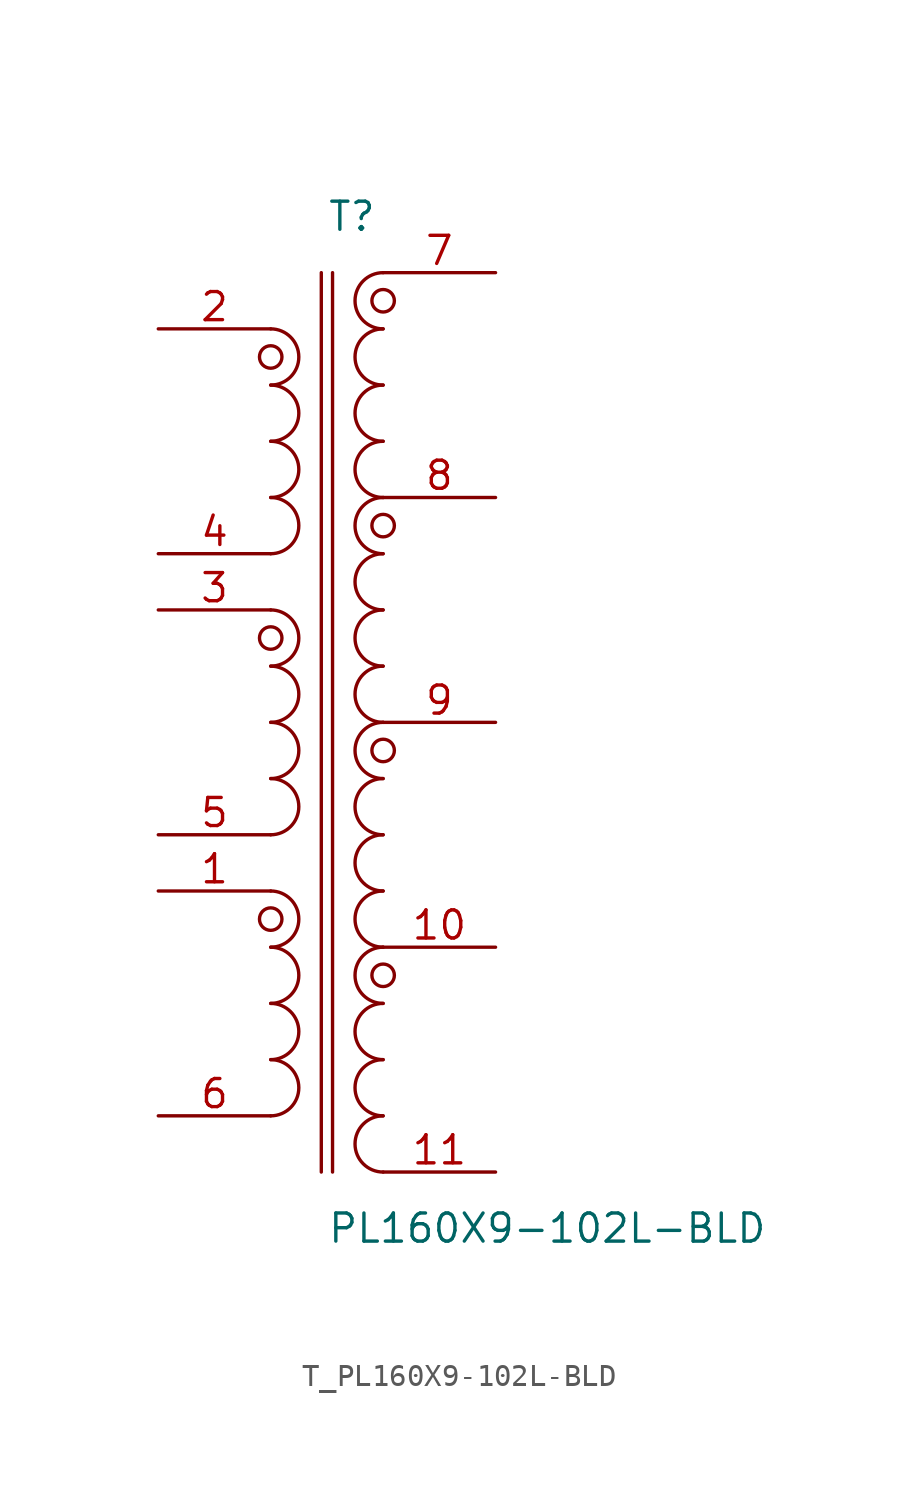
<source format=kicad_sym>
(kicad_symbol_lib
  (version 20231120)
  (generator kicad_symbol_editor)
  (generator_version 8.0)
  (symbol "T_PL160X9-102L-BLD"
    (pin_names
      (offset 0.254))
    (property "Reference" "T"
      (at 0 22.86 0)
      (effects (font (size 1.27 1.27)) (justify left)))
    (property "Value" "PL160X9-102L-BLD"
      (at 0 -22.86 0)
      (effects (font (size 1.27 1.27)) (justify left)))
    (symbol "T_PL160X9-102L-BLD_0_1"
      (arc (start -2.54 7.62) (mid -1.27 8.89) (end -2.54 10.16) (stroke (width 0) (type default)) (fill (type none)))
      (arc (start -2.54 10.16) (mid -1.27 11.43) (end -2.54 12.7) (stroke (width 0) (type default)) (fill (type none)))
      (arc (start -2.54 12.7) (mid -1.27 13.969999999999999) (end -2.54 15.239999999999998) (stroke (width 0) (type default)) (fill (type none)))
      (arc (start -2.54 15.24) (mid -1.27 16.51) (end -2.54 17.78) (stroke (width 0) (type default)) (fill (type none)))
      (arc (start -2.54 -5.08) (mid -1.27 -3.81) (end -2.54 -2.54) (stroke (width 0) (type default)) (fill (type none)))
      (arc (start -2.54 -2.54) (mid -1.27 -1.27) (end -2.54 0.0) (stroke (width 0) (type default)) (fill (type none)))
      (arc (start -2.54 0.0) (mid -1.27 1.27) (end -2.54 2.54) (stroke (width 0) (type default)) (fill (type none)))
      (arc (start -2.54 2.54) (mid -1.27 3.81) (end -2.54 5.08) (stroke (width 0) (type default)) (fill (type none)))
      (arc (start -2.54 -17.78) (mid -1.27 -16.51) (end -2.54 -15.240000000000002) (stroke (width 0) (type default)) (fill (type none)))
      (arc (start -2.54 -15.240000000000002) (mid -1.27 -13.970000000000002) (end -2.54 -12.700000000000003) (stroke (width 0) (type default)) (fill (type none)))
      (arc (start -2.54 -12.700000000000001) (mid -1.27 -11.430000000000001) (end -2.54 -10.16) (stroke (width 0) (type default)) (fill (type none)))
      (arc (start -2.54 -10.16) (mid -1.27 -8.89) (end -2.54 -7.62) (stroke (width 0) (type default)) (fill (type none)))
      (arc (start 2.54 10.16) (mid 1.27 11.43) (end 2.54 12.7) (stroke (width 0) (type default)) (fill (type none)))
      (arc (start 2.54 12.7) (mid 1.27 13.969999999999999) (end 2.54 15.239999999999998) (stroke (width 0) (type default)) (fill (type none)))
      (arc (start 2.54 15.24) (mid 1.27 16.51) (end 2.54 17.78) (stroke (width 0) (type default)) (fill (type none)))
      (arc (start 2.54 17.78) (mid 1.27 19.05) (end 2.54 20.32) (stroke (width 0) (type default)) (fill (type none)))
      (arc (start 2.54 0.0) (mid 1.27 1.27) (end 2.54 2.54) (stroke (width 0) (type default)) (fill (type none)))
      (arc (start 2.54 2.54) (mid 1.27 3.81) (end 2.54 5.08) (stroke (width 0) (type default)) (fill (type none)))
      (arc (start 2.54 5.08) (mid 1.27 6.35) (end 2.54 7.62) (stroke (width 0) (type default)) (fill (type none)))
      (arc (start 2.54 7.62) (mid 1.27 8.89) (end 2.54 10.16) (stroke (width 0) (type default)) (fill (type none)))
      (arc (start 2.54 -10.16) (mid 1.27 -8.89) (end 2.54 -7.62) (stroke (width 0) (type default)) (fill (type none)))
      (arc (start 2.54 -7.62) (mid 1.27 -6.35) (end 2.54 -5.08) (stroke (width 0) (type default)) (fill (type none)))
      (arc (start 2.54 -5.08) (mid 1.27 -3.81) (end 2.54 -2.54) (stroke (width 0) (type default)) (fill (type none)))
      (arc (start 2.54 -2.54) (mid 1.27 -1.27) (end 2.54 0.0) (stroke (width 0) (type default)) (fill (type none)))
      (arc (start 2.54 -20.32) (mid 1.27 -19.05) (end 2.54 -17.78) (stroke (width 0) (type default)) (fill (type none)))
      (arc (start 2.54 -17.78) (mid 1.27 -16.51) (end 2.54 -15.240000000000002) (stroke (width 0) (type default)) (fill (type none)))
      (arc (start 2.54 -15.24) (mid 1.27 -13.97) (end 2.54 -12.7) (stroke (width 0) (type default)) (fill (type none)))
      (arc (start 2.54 -12.7) (mid 1.27 -11.43) (end 2.54 -10.16) (stroke (width 0) (type default)) (fill (type none)))
      (circle (center -2.54 16.51) (radius 0.508) (stroke (width 0) (type default)) (fill (type none)))
      (circle (center -2.54 3.81) (radius 0.508) (stroke (width 0) (type default)) (fill (type none)))
      (circle (center -2.54 -8.89) (radius 0.508) (stroke (width 0) (type default)) (fill (type none)))
      (circle (center 2.54 19.05) (radius 0.508) (stroke (width 0) (type default)) (fill (type none)))
      (circle (center 2.54 8.89) (radius 0.508) (stroke (width 0) (type default)) (fill (type none)))
      (circle (center 2.54 -1.27) (radius 0.508) (stroke (width 0) (type default)) (fill (type none)))
      (circle (center 2.54 -11.43) (radius 0.508) (stroke (width 0) (type default)) (fill (type none)))
      (polyline (pts (xy -0.254 20.32) (xy -0.254 -20.32)) (stroke (width 0) (type default)) (fill (type none)))
      (polyline (pts (xy 0.254 20.32) (xy 0.254 -20.32)) (stroke (width 0) (type default)) (fill (type none)))
      (pin unspecified line (at -7.62 17.78 0) (length 5.08) (name "" (effects (font (size 1.27 1.27)))) (number "2" (effects (font (size 1.27 1.27)))))
      (pin unspecified line (at -7.62 7.62 0) (length 5.08) (name "" (effects (font (size 1.27 1.27)))) (number "4" (effects (font (size 1.27 1.27)))))
      (pin unspecified line (at -7.62 5.08 0) (length 5.08) (name "" (effects (font (size 1.27 1.27)))) (number "3" (effects (font (size 1.27 1.27)))))
      (pin unspecified line (at -7.62 -5.08 0) (length 5.08) (name "" (effects (font (size 1.27 1.27)))) (number "5" (effects (font (size 1.27 1.27)))))
      (pin unspecified line (at -7.62 -7.62 0) (length 5.08) (name "" (effects (font (size 1.27 1.27)))) (number "1" (effects (font (size 1.27 1.27)))))
      (pin unspecified line (at -7.62 -17.78 0) (length 5.08) (name "" (effects (font (size 1.27 1.27)))) (number "6" (effects (font (size 1.27 1.27)))))
      (pin unspecified line (at 7.62 20.32 180) (length 5.08) (name "" (effects (font (size 1.27 1.27)))) (number "7" (effects (font (size 1.27 1.27)))))
      (pin unspecified line (at 7.62 10.16 180) (length 5.08) (name "" (effects (font (size 1.27 1.27)))) (number "8" (effects (font (size 1.27 1.27)))))
      (pin unspecified line (at 7.62 0 180) (length 5.08) (name "" (effects (font (size 1.27 1.27)))) (number "9" (effects (font (size 1.27 1.27)))))
      (pin unspecified line (at 7.62 -10.16 180) (length 5.08) (name "" (effects (font (size 1.27 1.27)))) (number "10" (effects (font (size 1.27 1.27)))))
      (pin unspecified line (at 7.62 -20.32 180) (length 5.08) (name "" (effects (font (size 1.27 1.27)))) (number "11" (effects (font (size 1.27 1.27))))))))
</source>
